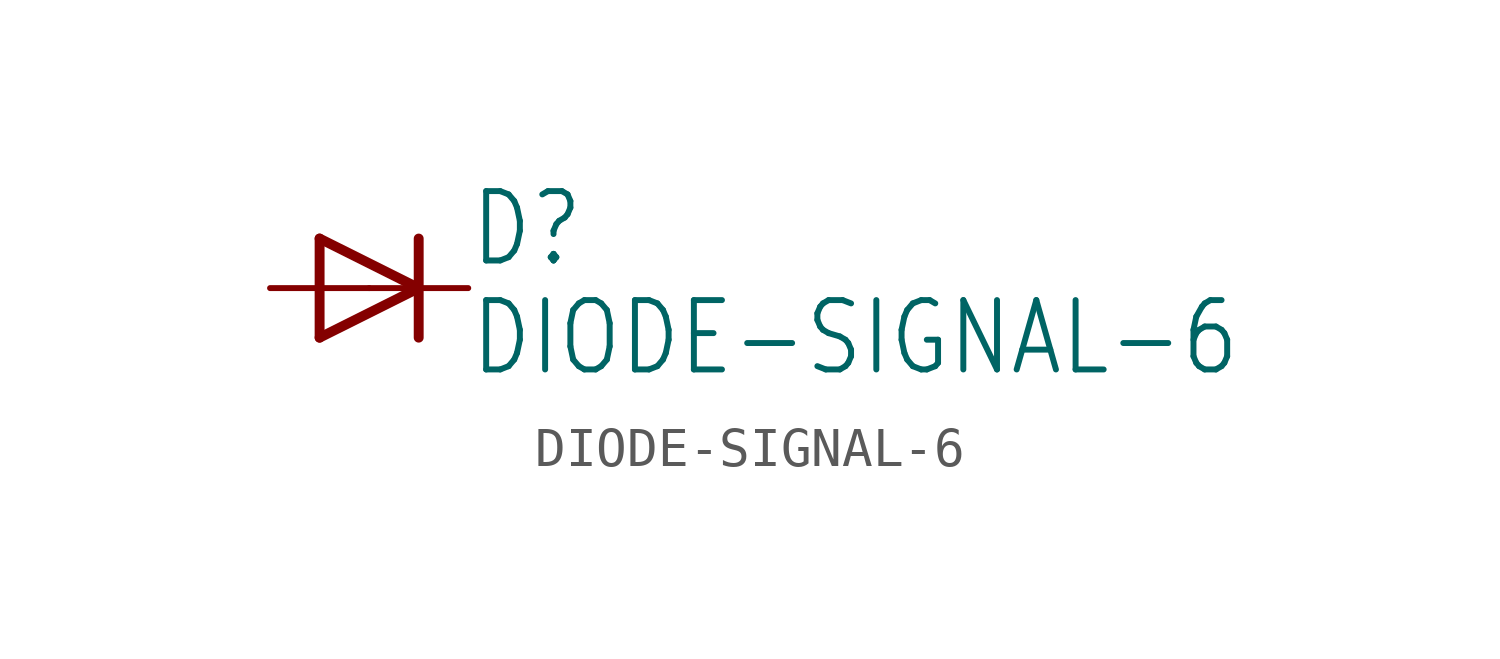
<source format=kicad_sym>
(kicad_symbol_lib
  (version 20211014)
  (generator kicad_symbol_editor)
  (symbol "DIODE-SIGNAL-6"
    (property "Reference" "D"
      (at 2.54 0.483 0)
      (effects (font (size 1.778 1.511)) (justify left bottom)))
    (property "Value" "DIODE-SIGNAL-6"
      (at 2.54 -2.311 0)
      (effects (font (size 1.778 1.511)) (justify left bottom)))
    (property "ki_locked" ""
      (at 0 0 0)
      (effects (font (size 1.27 1.27))))
    (symbol "DIODE-SIGNAL-6_1_0"
      (polyline (pts (xy -1.27 -1.27) (xy 1.27 0)) (stroke (width 0.254) (type default) (color 0 0 0 0)) (fill (type none)))
      (polyline (pts (xy -1.27 1.27) (xy -1.27 -1.27)) (stroke (width 0.254) (type default) (color 0 0 0 0)) (fill (type none)))
      (polyline (pts (xy 1.27 0) (xy -1.27 1.27)) (stroke (width 0.254) (type default) (color 0 0 0 0)) (fill (type none)))
      (polyline (pts (xy 1.27 0) (xy 1.27 -1.27)) (stroke (width 0.254) (type default) (color 0 0 0 0)) (fill (type none)))
      (polyline (pts (xy 1.27 1.27) (xy 1.27 0)) (stroke (width 0.254) (type default) (color 0 0 0 0)) (fill (type none)))
      (pin passive line (at -2.54 0 0) (length 2.54) (name "A" (effects (font (size 0 0)))) (number "A" (effects (font (size 0 0)))))
      (pin passive line (at 2.54 0 180) (length 2.54) (name "C" (effects (font (size 0 0)))) (number "C" (effects (font (size 0 0))))))))
</source>
